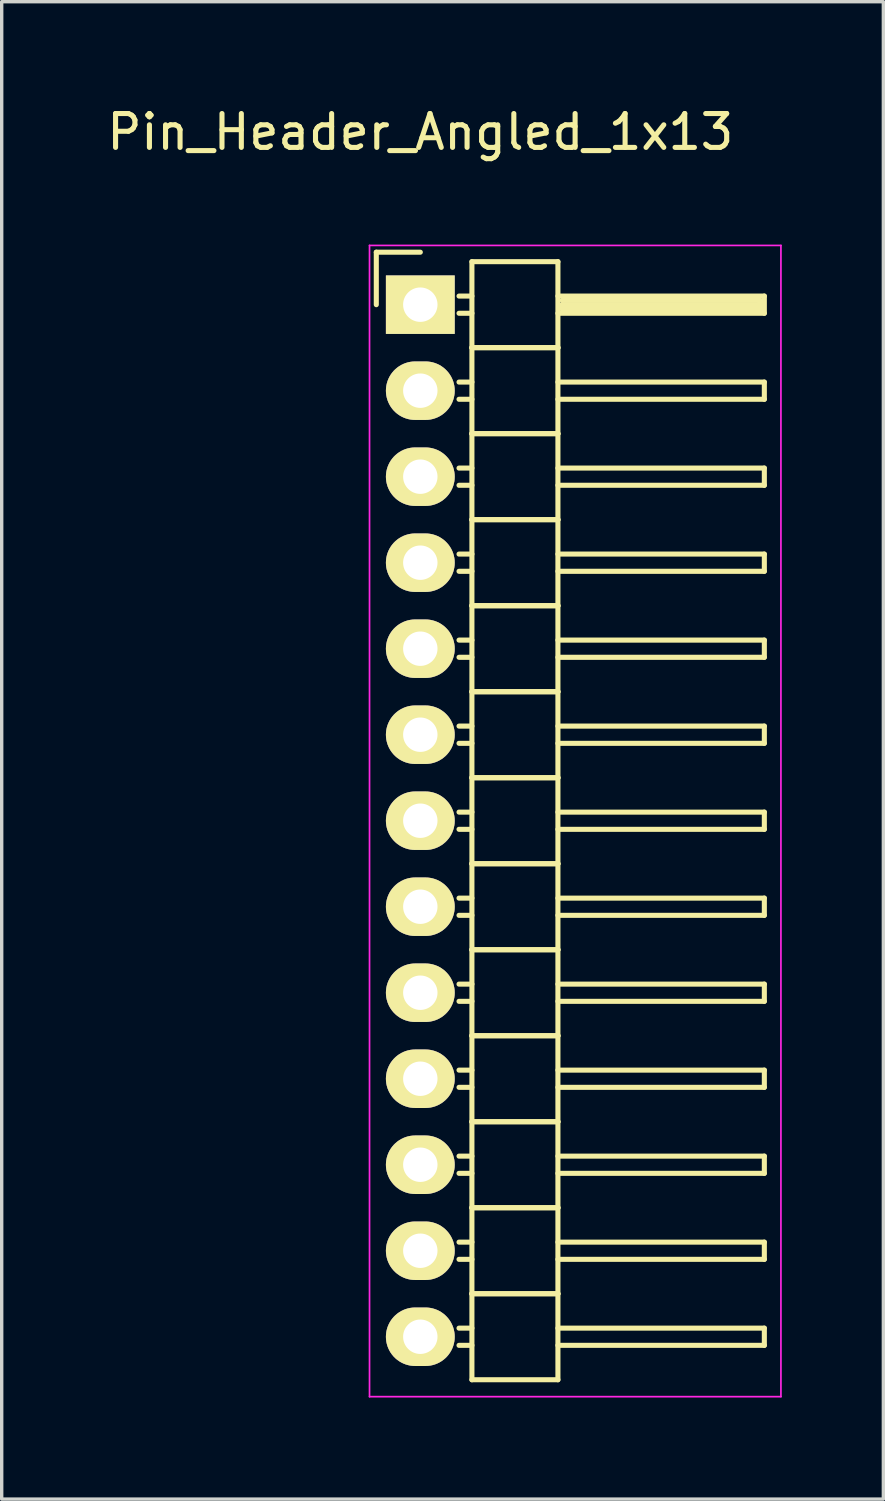
<source format=kicad_pcb>
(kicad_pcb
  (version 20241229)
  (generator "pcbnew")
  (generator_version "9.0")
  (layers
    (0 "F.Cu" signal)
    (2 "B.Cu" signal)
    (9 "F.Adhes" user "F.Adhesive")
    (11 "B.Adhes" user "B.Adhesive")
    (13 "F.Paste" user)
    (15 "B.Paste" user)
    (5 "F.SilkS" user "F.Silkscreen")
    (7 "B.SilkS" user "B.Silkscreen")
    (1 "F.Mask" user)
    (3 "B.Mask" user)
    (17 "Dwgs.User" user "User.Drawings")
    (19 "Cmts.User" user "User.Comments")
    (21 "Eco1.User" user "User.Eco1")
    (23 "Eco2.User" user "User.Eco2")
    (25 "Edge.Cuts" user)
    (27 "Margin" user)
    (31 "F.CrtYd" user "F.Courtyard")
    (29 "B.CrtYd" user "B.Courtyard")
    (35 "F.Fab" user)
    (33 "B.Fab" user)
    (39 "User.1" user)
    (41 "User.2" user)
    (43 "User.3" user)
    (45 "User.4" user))
  (footprint "Pin_Header_Angled_1x13"
    (layer "F.Cu")
    (at 9.363 5.948)
    (property "Reference" "Pin_Header_Angled_1x13" (at 0 -5.1 0) (layer "F.SilkS") (effects (font (size 1 1) (thickness 0.15))))
    (attr through_hole)
    (fp_line (start -1.3 -1.55) (end -1.3 0) (stroke (width 0.15) (type solid)) (layer "F.SilkS"))
    (fp_line (start 0 -1.55) (end -1.3 -1.55) (stroke (width 0.15) (type solid)) (layer "F.SilkS"))
    (fp_line (start 1.524 -1.27) (end 1.524 1.27) (stroke (width 0.15) (type solid)) (layer "F.SilkS"))
    (fp_line (start 1.524 -1.27) (end 4.064 -1.27) (stroke (width 0.15) (type solid)) (layer "F.SilkS"))
    (fp_line (start 1.524 -0.254) (end 1.143 -0.254) (stroke (width 0.15) (type solid)) (layer "F.SilkS"))
    (fp_line (start 1.524 0.254) (end 1.143 0.254) (stroke (width 0.15) (type solid)) (layer "F.SilkS"))
    (fp_line (start 1.524 1.27) (end 1.524 3.81) (stroke (width 0.15) (type solid)) (layer "F.SilkS"))
    (fp_line (start 1.524 1.27) (end 4.064 1.27) (stroke (width 0.15) (type solid)) (layer "F.SilkS"))
    (fp_line (start 1.524 1.27) (end 4.064 1.27) (stroke (width 0.15) (type solid)) (layer "F.SilkS"))
    (fp_line (start 1.524 2.286) (end 1.143 2.286) (stroke (width 0.15) (type solid)) (layer "F.SilkS"))
    (fp_line (start 1.524 2.794) (end 1.143 2.794) (stroke (width 0.15) (type solid)) (layer "F.SilkS"))
    (fp_line (start 1.524 3.81) (end 1.524 6.35) (stroke (width 0.15) (type solid)) (layer "F.SilkS"))
    (fp_line (start 1.524 3.81) (end 4.064 3.81) (stroke (width 0.15) (type solid)) (layer "F.SilkS"))
    (fp_line (start 1.524 3.81) (end 4.064 3.81) (stroke (width 0.15) (type solid)) (layer "F.SilkS"))
    (fp_line (start 1.524 4.826) (end 1.143 4.826) (stroke (width 0.15) (type solid)) (layer "F.SilkS"))
    (fp_line (start 1.524 5.334) (end 1.143 5.334) (stroke (width 0.15) (type solid)) (layer "F.SilkS"))
    (fp_line (start 1.524 6.35) (end 1.524 8.89) (stroke (width 0.15) (type solid)) (layer "F.SilkS"))
    (fp_line (start 1.524 6.35) (end 4.064 6.35) (stroke (width 0.15) (type solid)) (layer "F.SilkS"))
    (fp_line (start 1.524 6.35) (end 4.064 6.35) (stroke (width 0.15) (type solid)) (layer "F.SilkS"))
    (fp_line (start 1.524 7.366) (end 1.143 7.366) (stroke (width 0.15) (type solid)) (layer "F.SilkS"))
    (fp_line (start 1.524 7.874) (end 1.143 7.874) (stroke (width 0.15) (type solid)) (layer "F.SilkS"))
    (fp_line (start 1.524 8.89) (end 1.524 11.43) (stroke (width 0.15) (type solid)) (layer "F.SilkS"))
    (fp_line (start 1.524 8.89) (end 4.064 8.89) (stroke (width 0.15) (type solid)) (layer "F.SilkS"))
    (fp_line (start 1.524 8.89) (end 4.064 8.89) (stroke (width 0.15) (type solid)) (layer "F.SilkS"))
    (fp_line (start 1.524 9.906) (end 1.143 9.906) (stroke (width 0.15) (type solid)) (layer "F.SilkS"))
    (fp_line (start 1.524 10.414) (end 1.143 10.414) (stroke (width 0.15) (type solid)) (layer "F.SilkS"))
    (fp_line (start 1.524 11.43) (end 1.524 13.97) (stroke (width 0.15) (type solid)) (layer "F.SilkS"))
    (fp_line (start 1.524 11.43) (end 4.064 11.43) (stroke (width 0.15) (type solid)) (layer "F.SilkS"))
    (fp_line (start 1.524 11.43) (end 4.064 11.43) (stroke (width 0.15) (type solid)) (layer "F.SilkS"))
    (fp_line (start 1.524 12.446) (end 1.143 12.446) (stroke (width 0.15) (type solid)) (layer "F.SilkS"))
    (fp_line (start 1.524 12.954) (end 1.143 12.954) (stroke (width 0.15) (type solid)) (layer "F.SilkS"))
    (fp_line (start 1.524 13.97) (end 1.524 16.51) (stroke (width 0.15) (type solid)) (layer "F.SilkS"))
    (fp_line (start 1.524 13.97) (end 4.064 13.97) (stroke (width 0.15) (type solid)) (layer "F.SilkS"))
    (fp_line (start 1.524 13.97) (end 4.064 13.97) (stroke (width 0.15) (type solid)) (layer "F.SilkS"))
    (fp_line (start 1.524 14.986) (end 1.143 14.986) (stroke (width 0.15) (type solid)) (layer "F.SilkS"))
    (fp_line (start 1.524 15.494) (end 1.143 15.494) (stroke (width 0.15) (type solid)) (layer "F.SilkS"))
    (fp_line (start 1.524 16.51) (end 1.524 19.05) (stroke (width 0.15) (type solid)) (layer "F.SilkS"))
    (fp_line (start 1.524 16.51) (end 4.064 16.51) (stroke (width 0.15) (type solid)) (layer "F.SilkS"))
    (fp_line (start 1.524 16.51) (end 4.064 16.51) (stroke (width 0.15) (type solid)) (layer "F.SilkS"))
    (fp_line (start 1.524 17.526) (end 1.143 17.526) (stroke (width 0.15) (type solid)) (layer "F.SilkS"))
    (fp_line (start 1.524 18.034) (end 1.143 18.034) (stroke (width 0.15) (type solid)) (layer "F.SilkS"))
    (fp_line (start 1.524 19.05) (end 1.524 21.59) (stroke (width 0.15) (type solid)) (layer "F.SilkS"))
    (fp_line (start 1.524 19.05) (end 4.064 19.05) (stroke (width 0.15) (type solid)) (layer "F.SilkS"))
    (fp_line (start 1.524 19.05) (end 4.064 19.05) (stroke (width 0.15) (type solid)) (layer "F.SilkS"))
    (fp_line (start 1.524 20.066) (end 1.143 20.066) (stroke (width 0.15) (type solid)) (layer "F.SilkS"))
    (fp_line (start 1.524 20.574) (end 1.143 20.574) (stroke (width 0.15) (type solid)) (layer "F.SilkS"))
    (fp_line (start 1.524 21.59) (end 1.524 24.13) (stroke (width 0.15) (type solid)) (layer "F.SilkS"))
    (fp_line (start 1.524 21.59) (end 4.064 21.59) (stroke (width 0.15) (type solid)) (layer "F.SilkS"))
    (fp_line (start 1.524 21.59) (end 4.064 21.59) (stroke (width 0.15) (type solid)) (layer "F.SilkS"))
    (fp_line (start 1.524 22.606) (end 1.143 22.606) (stroke (width 0.15) (type solid)) (layer "F.SilkS"))
    (fp_line (start 1.524 23.114) (end 1.143 23.114) (stroke (width 0.15) (type solid)) (layer "F.SilkS"))
    (fp_line (start 1.524 24.13) (end 1.524 26.67) (stroke (width 0.15) (type solid)) (layer "F.SilkS"))
    (fp_line (start 1.524 24.13) (end 4.064 24.13) (stroke (width 0.15) (type solid)) (layer "F.SilkS"))
    (fp_line (start 1.524 24.13) (end 4.064 24.13) (stroke (width 0.15) (type solid)) (layer "F.SilkS"))
    (fp_line (start 1.524 25.146) (end 1.143 25.146) (stroke (width 0.15) (type solid)) (layer "F.SilkS"))
    (fp_line (start 1.524 25.654) (end 1.143 25.654) (stroke (width 0.15) (type solid)) (layer "F.SilkS"))
    (fp_line (start 1.524 26.67) (end 1.524 29.21) (stroke (width 0.15) (type solid)) (layer "F.SilkS"))
    (fp_line (start 1.524 26.67) (end 4.064 26.67) (stroke (width 0.15) (type solid)) (layer "F.SilkS"))
    (fp_line (start 1.524 26.67) (end 4.064 26.67) (stroke (width 0.15) (type solid)) (layer "F.SilkS"))
    (fp_line (start 1.524 27.686) (end 1.143 27.686) (stroke (width 0.15) (type solid)) (layer "F.SilkS"))
    (fp_line (start 1.524 28.194) (end 1.143 28.194) (stroke (width 0.15) (type solid)) (layer "F.SilkS"))
    (fp_line (start 1.524 29.21) (end 1.524 31.75) (stroke (width 0.15) (type solid)) (layer "F.SilkS"))
    (fp_line (start 1.524 29.21) (end 4.064 29.21) (stroke (width 0.15) (type solid)) (layer "F.SilkS"))
    (fp_line (start 1.524 29.21) (end 4.064 29.21) (stroke (width 0.15) (type solid)) (layer "F.SilkS"))
    (fp_line (start 1.524 30.226) (end 1.143 30.226) (stroke (width 0.15) (type solid)) (layer "F.SilkS"))
    (fp_line (start 1.524 30.734) (end 1.143 30.734) (stroke (width 0.15) (type solid)) (layer "F.SilkS"))
    (fp_line (start 1.524 31.75) (end 4.064 31.75) (stroke (width 0.15) (type solid)) (layer "F.SilkS"))
    (fp_line (start 4.064 -0.254) (end 10.16 -0.254) (stroke (width 0.15) (type solid)) (layer "F.SilkS"))
    (fp_line (start 4.064 1.27) (end 4.064 -1.27) (stroke (width 0.15) (type solid)) (layer "F.SilkS"))
    (fp_line (start 4.064 2.286) (end 10.16 2.286) (stroke (width 0.15) (type solid)) (layer "F.SilkS"))
    (fp_line (start 4.064 3.81) (end 4.064 1.27) (stroke (width 0.15) (type solid)) (layer "F.SilkS"))
    (fp_line (start 4.064 4.826) (end 10.16 4.826) (stroke (width 0.15) (type solid)) (layer "F.SilkS"))
    (fp_line (start 4.064 6.35) (end 4.064 3.81) (stroke (width 0.15) (type solid)) (layer "F.SilkS"))
    (fp_line (start 4.064 7.366) (end 10.16 7.366) (stroke (width 0.15) (type solid)) (layer "F.SilkS"))
    (fp_line (start 4.064 8.89) (end 4.064 6.35) (stroke (width 0.15) (type solid)) (layer "F.SilkS"))
    (fp_line (start 4.064 9.906) (end 10.16 9.906) (stroke (width 0.15) (type solid)) (layer "F.SilkS"))
    (fp_line (start 4.064 11.43) (end 4.064 8.89) (stroke (width 0.15) (type solid)) (layer "F.SilkS"))
    (fp_line (start 4.064 12.446) (end 10.16 12.446) (stroke (width 0.15) (type solid)) (layer "F.SilkS"))
    (fp_line (start 4.064 13.97) (end 4.064 11.43) (stroke (width 0.15) (type solid)) (layer "F.SilkS"))
    (fp_line (start 4.064 14.986) (end 10.16 14.986) (stroke (width 0.15) (type solid)) (layer "F.SilkS"))
    (fp_line (start 4.064 16.51) (end 4.064 13.97) (stroke (width 0.15) (type solid)) (layer "F.SilkS"))
    (fp_line (start 4.064 17.526) (end 10.16 17.526) (stroke (width 0.15) (type solid)) (layer "F.SilkS"))
    (fp_line (start 4.064 19.05) (end 4.064 16.51) (stroke (width 0.15) (type solid)) (layer "F.SilkS"))
    (fp_line (start 4.064 20.066) (end 10.16 20.066) (stroke (width 0.15) (type solid)) (layer "F.SilkS"))
    (fp_line (start 4.064 21.59) (end 4.064 19.05) (stroke (width 0.15) (type solid)) (layer "F.SilkS"))
    (fp_line (start 4.064 22.606) (end 10.16 22.606) (stroke (width 0.15) (type solid)) (layer "F.SilkS"))
    (fp_line (start 4.064 24.13) (end 4.064 21.59) (stroke (width 0.15) (type solid)) (layer "F.SilkS"))
    (fp_line (start 4.064 25.146) (end 10.16 25.146) (stroke (width 0.15) (type solid)) (layer "F.SilkS"))
    (fp_line (start 4.064 26.67) (end 4.064 24.13) (stroke (width 0.15) (type solid)) (layer "F.SilkS"))
    (fp_line (start 4.064 27.686) (end 10.16 27.686) (stroke (width 0.15) (type solid)) (layer "F.SilkS"))
    (fp_line (start 4.064 29.21) (end 4.064 26.67) (stroke (width 0.15) (type solid)) (layer "F.SilkS"))
    (fp_line (start 4.064 30.226) (end 10.16 30.226) (stroke (width 0.15) (type solid)) (layer "F.SilkS"))
    (fp_line (start 4.064 31.75) (end 4.064 29.21) (stroke (width 0.15) (type solid)) (layer "F.SilkS"))
    (fp_line (start 4.191 -0.127) (end 10.033 -0.127) (stroke (width 0.15) (type solid)) (layer "F.SilkS"))
    (fp_line (start 4.191 0) (end 10.033 0) (stroke (width 0.15) (type solid)) (layer "F.SilkS"))
    (fp_line (start 4.191 0.127) (end 4.191 0) (stroke (width 0.15) (type solid)) (layer "F.SilkS"))
    (fp_line (start 10.033 -0.127) (end 10.033 0.127) (stroke (width 0.15) (type solid)) (layer "F.SilkS"))
    (fp_line (start 10.033 0.127) (end 4.191 0.127) (stroke (width 0.15) (type solid)) (layer "F.SilkS"))
    (fp_line (start 10.16 -0.254) (end 10.16 0.254) (stroke (width 0.15) (type solid)) (layer "F.SilkS"))
    (fp_line (start 10.16 0.254) (end 4.064 0.254) (stroke (width 0.15) (type solid)) (layer "F.SilkS"))
    (fp_line (start 10.16 2.286) (end 10.16 2.794) (stroke (width 0.15) (type solid)) (layer "F.SilkS"))
    (fp_line (start 10.16 2.794) (end 4.064 2.794) (stroke (width 0.15) (type solid)) (layer "F.SilkS"))
    (fp_line (start 10.16 4.826) (end 10.16 5.334) (stroke (width 0.15) (type solid)) (layer "F.SilkS"))
    (fp_line (start 10.16 5.334) (end 4.064 5.334) (stroke (width 0.15) (type solid)) (layer "F.SilkS"))
    (fp_line (start 10.16 7.366) (end 10.16 7.874) (stroke (width 0.15) (type solid)) (layer "F.SilkS"))
    (fp_line (start 10.16 7.874) (end 4.064 7.874) (stroke (width 0.15) (type solid)) (layer "F.SilkS"))
    (fp_line (start 10.16 9.906) (end 10.16 10.414) (stroke (width 0.15) (type solid)) (layer "F.SilkS"))
    (fp_line (start 10.16 10.414) (end 4.064 10.414) (stroke (width 0.15) (type solid)) (layer "F.SilkS"))
    (fp_line (start 10.16 12.446) (end 10.16 12.954) (stroke (width 0.15) (type solid)) (layer "F.SilkS"))
    (fp_line (start 10.16 12.954) (end 4.064 12.954) (stroke (width 0.15) (type solid)) (layer "F.SilkS"))
    (fp_line (start 10.16 14.986) (end 10.16 15.494) (stroke (width 0.15) (type solid)) (layer "F.SilkS"))
    (fp_line (start 10.16 15.494) (end 4.064 15.494) (stroke (width 0.15) (type solid)) (layer "F.SilkS"))
    (fp_line (start 10.16 17.526) (end 10.16 18.034) (stroke (width 0.15) (type solid)) (layer "F.SilkS"))
    (fp_line (start 10.16 18.034) (end 4.064 18.034) (stroke (width 0.15) (type solid)) (layer "F.SilkS"))
    (fp_line (start 10.16 20.066) (end 10.16 20.574) (stroke (width 0.15) (type solid)) (layer "F.SilkS"))
    (fp_line (start 10.16 20.574) (end 4.064 20.574) (stroke (width 0.15) (type solid)) (layer "F.SilkS"))
    (fp_line (start 10.16 22.606) (end 10.16 23.114) (stroke (width 0.15) (type solid)) (layer "F.SilkS"))
    (fp_line (start 10.16 23.114) (end 4.064 23.114) (stroke (width 0.15) (type solid)) (layer "F.SilkS"))
    (fp_line (start 10.16 25.146) (end 10.16 25.654) (stroke (width 0.15) (type solid)) (layer "F.SilkS"))
    (fp_line (start 10.16 25.654) (end 4.064 25.654) (stroke (width 0.15) (type solid)) (layer "F.SilkS"))
    (fp_line (start 10.16 27.686) (end 10.16 28.194) (stroke (width 0.15) (type solid)) (layer "F.SilkS"))
    (fp_line (start 10.16 28.194) (end 4.064 28.194) (stroke (width 0.15) (type solid)) (layer "F.SilkS"))
    (fp_line (start 10.16 30.226) (end 10.16 30.734) (stroke (width 0.15) (type solid)) (layer "F.SilkS"))
    (fp_line (start 10.16 30.734) (end 4.064 30.734) (stroke (width 0.15) (type solid)) (layer "F.SilkS"))
    (fp_line (start -1.5 -1.75) (end -1.5 32.25) (stroke (width 0.05) (type solid)) (layer "F.CrtYd"))
    (fp_line (start -1.5 -1.75) (end 10.65 -1.75) (stroke (width 0.05) (type solid)) (layer "F.CrtYd"))
    (fp_line (start -1.5 32.25) (end 10.65 32.25) (stroke (width 0.05) (type solid)) (layer "F.CrtYd"))
    (fp_line (start 10.65 -1.75) (end 10.65 32.25) (stroke (width 0.05) (type solid)) (layer "F.CrtYd"))
    (pad "1" thru_hole rect (at 0 0) (size 2.032 1.727) (drill 1.016) (layers "*.Cu" "*.Mask" "F.SilkS"))
    (pad "2" thru_hole oval (at 0 2.54) (size 2.032 1.727) (drill 1.016) (layers "*.Cu" "*.Mask" "F.SilkS"))
    (pad "3" thru_hole oval (at 0 5.08) (size 2.032 1.727) (drill 1.016) (layers "*.Cu" "*.Mask" "F.SilkS"))
    (pad "4" thru_hole oval (at 0 7.62) (size 2.032 1.727) (drill 1.016) (layers "*.Cu" "*.Mask" "F.SilkS"))
    (pad "5" thru_hole oval (at 0 10.16) (size 2.032 1.727) (drill 1.016) (layers "*.Cu" "*.Mask" "F.SilkS"))
    (pad "6" thru_hole oval (at 0 12.7) (size 2.032 1.727) (drill 1.016) (layers "*.Cu" "*.Mask" "F.SilkS"))
    (pad "7" thru_hole oval (at 0 15.24) (size 2.032 1.727) (drill 1.016) (layers "*.Cu" "*.Mask" "F.SilkS"))
    (pad "8" thru_hole oval (at 0 17.78) (size 2.032 1.727) (drill 1.016) (layers "*.Cu" "*.Mask" "F.SilkS"))
    (pad "9" thru_hole oval (at 0 20.32) (size 2.032 1.727) (drill 1.016) (layers "*.Cu" "*.Mask" "F.SilkS"))
    (pad "10" thru_hole oval (at 0 22.86) (size 2.032 1.727) (drill 1.016) (layers "*.Cu" "*.Mask" "F.SilkS"))
    (pad "11" thru_hole oval (at 0 25.4) (size 2.032 1.727) (drill 1.016) (layers "*.Cu" "*.Mask" "F.SilkS"))
    (pad "12" thru_hole oval (at 0 27.94) (size 2.032 1.727) (drill 1.016) (layers "*.Cu" "*.Mask" "F.SilkS"))
    (pad "13" thru_hole oval (at 0 30.48) (size 2.032 1.727) (drill 1.016) (layers "*.Cu" "*.Mask" "F.SilkS")))
  (gr_rect
    (start -3 -3)
    (end 23.038 41.223)
    (stroke (width 0.1) (type default))
    (fill no)
    (layer "Edge.Cuts")))
</source>
